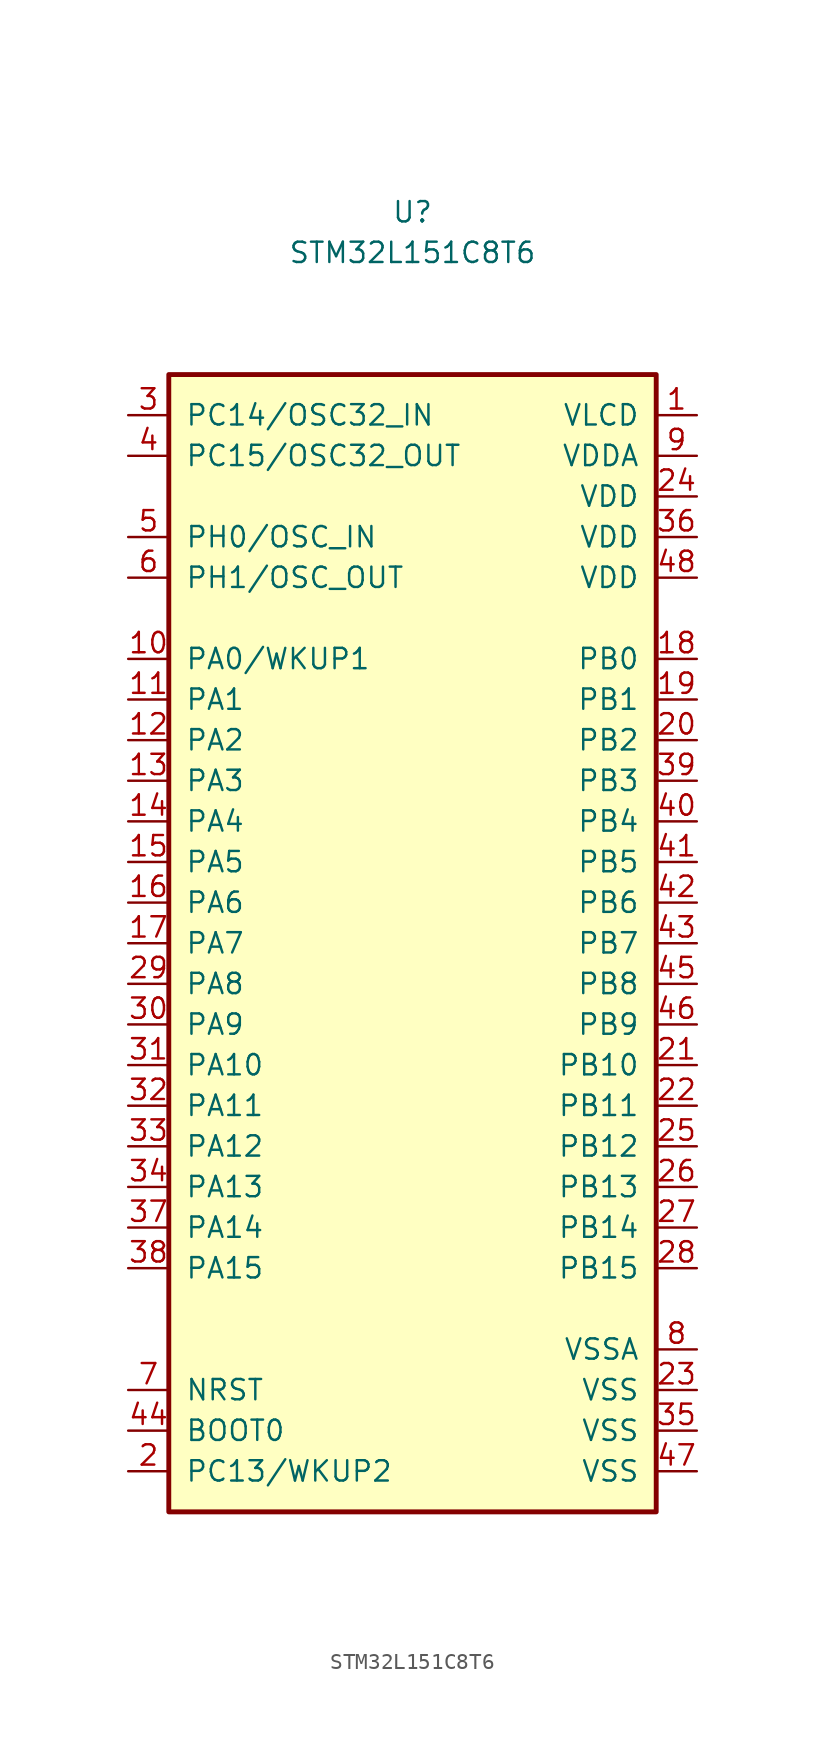
<source format=kicad_sym>
(kicad_symbol_lib
  (version 20211014)
  (generator kicad_symbol_editor)
  (symbol "STM32L151C8T6"
    (pin_names
      (offset 1.016))
    (property "Reference" "U"
      (at 0 45.72 0)
      (effects (font (size 1.27 1.27))))
    (property "Value" "STM32L151C8T6"
      (at 0 43.18 0)
      (effects (font (size 1.27 1.27))))
    (symbol "STM32L151C8T6_0_1"
      (rectangle (start -15.24 35.56) (end 15.24 -35.56) (stroke (width 0.305) (type default) (color 0 0 0 0)) (fill (type background))))
    (symbol "STM32L151C8T6_1_1"
      (pin power_in line (at 17.78 33.02 180) (length 2.54) (name "VLCD" (effects (font (size 1.27 1.27)))) (number "1" (effects (font (size 1.27 1.27)))))
      (pin bidirectional line (at -17.78 17.78 0) (length 2.54) (name "PA0/WKUP1" (effects (font (size 1.27 1.27)))) (number "10" (effects (font (size 1.27 1.27)))))
      (pin bidirectional line (at -17.78 15.24 0) (length 2.54) (name "PA1" (effects (font (size 1.27 1.27)))) (number "11" (effects (font (size 1.27 1.27)))))
      (pin bidirectional line (at -17.78 12.7 0) (length 2.54) (name "PA2" (effects (font (size 1.27 1.27)))) (number "12" (effects (font (size 1.27 1.27)))))
      (pin bidirectional line (at -17.78 10.16 0) (length 2.54) (name "PA3" (effects (font (size 1.27 1.27)))) (number "13" (effects (font (size 1.27 1.27)))))
      (pin bidirectional line (at -17.78 7.62 0) (length 2.54) (name "PA4" (effects (font (size 1.27 1.27)))) (number "14" (effects (font (size 1.27 1.27)))))
      (pin bidirectional line (at -17.78 5.08 0) (length 2.54) (name "PA5" (effects (font (size 1.27 1.27)))) (number "15" (effects (font (size 1.27 1.27)))))
      (pin bidirectional line (at -17.78 2.54 0) (length 2.54) (name "PA6" (effects (font (size 1.27 1.27)))) (number "16" (effects (font (size 1.27 1.27)))))
      (pin bidirectional line (at -17.78 0 0) (length 2.54) (name "PA7" (effects (font (size 1.27 1.27)))) (number "17" (effects (font (size 1.27 1.27)))))
      (pin bidirectional line (at 17.78 17.78 180) (length 2.54) (name "PB0" (effects (font (size 1.27 1.27)))) (number "18" (effects (font (size 1.27 1.27)))))
      (pin bidirectional line (at 17.78 15.24 180) (length 2.54) (name "PB1" (effects (font (size 1.27 1.27)))) (number "19" (effects (font (size 1.27 1.27)))))
      (pin bidirectional line (at -17.78 -33.02 0) (length 2.54) (name "PC13/WKUP2" (effects (font (size 1.27 1.27)))) (number "2" (effects (font (size 1.27 1.27)))))
      (pin bidirectional line (at 17.78 12.7 180) (length 2.54) (name "PB2" (effects (font (size 1.27 1.27)))) (number "20" (effects (font (size 1.27 1.27)))))
      (pin bidirectional line (at 17.78 -7.62 180) (length 2.54) (name "PB10" (effects (font (size 1.27 1.27)))) (number "21" (effects (font (size 1.27 1.27)))))
      (pin bidirectional line (at 17.78 -10.16 180) (length 2.54) (name "PB11" (effects (font (size 1.27 1.27)))) (number "22" (effects (font (size 1.27 1.27)))))
      (pin power_in line (at 17.78 -27.94 180) (length 2.54) (name "VSS" (effects (font (size 1.27 1.27)))) (number "23" (effects (font (size 1.27 1.27)))))
      (pin power_in line (at 17.78 27.94 180) (length 2.54) (name "VDD" (effects (font (size 1.27 1.27)))) (number "24" (effects (font (size 1.27 1.27)))))
      (pin bidirectional line (at 17.78 -12.7 180) (length 2.54) (name "PB12" (effects (font (size 1.27 1.27)))) (number "25" (effects (font (size 1.27 1.27)))))
      (pin bidirectional line (at 17.78 -15.24 180) (length 2.54) (name "PB13" (effects (font (size 1.27 1.27)))) (number "26" (effects (font (size 1.27 1.27)))))
      (pin bidirectional line (at 17.78 -17.78 180) (length 2.54) (name "PB14" (effects (font (size 1.27 1.27)))) (number "27" (effects (font (size 1.27 1.27)))))
      (pin bidirectional line (at 17.78 -20.32 180) (length 2.54) (name "PB15" (effects (font (size 1.27 1.27)))) (number "28" (effects (font (size 1.27 1.27)))))
      (pin bidirectional line (at -17.78 -2.54 0) (length 2.54) (name "PA8" (effects (font (size 1.27 1.27)))) (number "29" (effects (font (size 1.27 1.27)))))
      (pin bidirectional line (at -17.78 33.02 0) (length 2.54) (name "PC14/OSC32_IN" (effects (font (size 1.27 1.27)))) (number "3" (effects (font (size 1.27 1.27)))))
      (pin bidirectional line (at -17.78 -5.08 0) (length 2.54) (name "PA9" (effects (font (size 1.27 1.27)))) (number "30" (effects (font (size 1.27 1.27)))))
      (pin bidirectional line (at -17.78 -7.62 0) (length 2.54) (name "PA10" (effects (font (size 1.27 1.27)))) (number "31" (effects (font (size 1.27 1.27)))))
      (pin bidirectional line (at -17.78 -10.16 0) (length 2.54) (name "PA11" (effects (font (size 1.27 1.27)))) (number "32" (effects (font (size 1.27 1.27)))))
      (pin bidirectional line (at -17.78 -12.7 0) (length 2.54) (name "PA12" (effects (font (size 1.27 1.27)))) (number "33" (effects (font (size 1.27 1.27)))))
      (pin bidirectional line (at -17.78 -15.24 0) (length 2.54) (name "PA13" (effects (font (size 1.27 1.27)))) (number "34" (effects (font (size 1.27 1.27)))))
      (pin power_in line (at 17.78 -30.48 180) (length 2.54) (name "VSS" (effects (font (size 1.27 1.27)))) (number "35" (effects (font (size 1.27 1.27)))))
      (pin power_in line (at 17.78 25.4 180) (length 2.54) (name "VDD" (effects (font (size 1.27 1.27)))) (number "36" (effects (font (size 1.27 1.27)))))
      (pin bidirectional line (at -17.78 -17.78 0) (length 2.54) (name "PA14" (effects (font (size 1.27 1.27)))) (number "37" (effects (font (size 1.27 1.27)))))
      (pin bidirectional line (at -17.78 -20.32 0) (length 2.54) (name "PA15" (effects (font (size 1.27 1.27)))) (number "38" (effects (font (size 1.27 1.27)))))
      (pin bidirectional line (at 17.78 10.16 180) (length 2.54) (name "PB3" (effects (font (size 1.27 1.27)))) (number "39" (effects (font (size 1.27 1.27)))))
      (pin bidirectional line (at -17.78 30.48 0) (length 2.54) (name "PC15/OSC32_OUT" (effects (font (size 1.27 1.27)))) (number "4" (effects (font (size 1.27 1.27)))))
      (pin bidirectional line (at 17.78 7.62 180) (length 2.54) (name "PB4" (effects (font (size 1.27 1.27)))) (number "40" (effects (font (size 1.27 1.27)))))
      (pin bidirectional line (at 17.78 5.08 180) (length 2.54) (name "PB5" (effects (font (size 1.27 1.27)))) (number "41" (effects (font (size 1.27 1.27)))))
      (pin bidirectional line (at 17.78 2.54 180) (length 2.54) (name "PB6" (effects (font (size 1.27 1.27)))) (number "42" (effects (font (size 1.27 1.27)))))
      (pin bidirectional line (at 17.78 0 180) (length 2.54) (name "PB7" (effects (font (size 1.27 1.27)))) (number "43" (effects (font (size 1.27 1.27)))))
      (pin bidirectional line (at -17.78 -30.48 0) (length 2.54) (name "BOOT0" (effects (font (size 1.27 1.27)))) (number "44" (effects (font (size 1.27 1.27)))))
      (pin bidirectional line (at 17.78 -2.54 180) (length 2.54) (name "PB8" (effects (font (size 1.27 1.27)))) (number "45" (effects (font (size 1.27 1.27)))))
      (pin bidirectional line (at 17.78 -5.08 180) (length 2.54) (name "PB9" (effects (font (size 1.27 1.27)))) (number "46" (effects (font (size 1.27 1.27)))))
      (pin power_in line (at 17.78 -33.02 180) (length 2.54) (name "VSS" (effects (font (size 1.27 1.27)))) (number "47" (effects (font (size 1.27 1.27)))))
      (pin power_in line (at 17.78 22.86 180) (length 2.54) (name "VDD" (effects (font (size 1.27 1.27)))) (number "48" (effects (font (size 1.27 1.27)))))
      (pin bidirectional line (at -17.78 25.4 0) (length 2.54) (name "PH0/OSC_IN" (effects (font (size 1.27 1.27)))) (number "5" (effects (font (size 1.27 1.27)))))
      (pin bidirectional line (at -17.78 22.86 0) (length 2.54) (name "PH1/OSC_OUT" (effects (font (size 1.27 1.27)))) (number "6" (effects (font (size 1.27 1.27)))))
      (pin input line (at -17.78 -27.94 0) (length 2.54) (name "NRST" (effects (font (size 1.27 1.27)))) (number "7" (effects (font (size 1.27 1.27)))))
      (pin power_in line (at 17.78 -25.4 180) (length 2.54) (name "VSSA" (effects (font (size 1.27 1.27)))) (number "8" (effects (font (size 1.27 1.27)))))
      (pin power_in line (at 17.78 30.48 180) (length 2.54) (name "VDDA" (effects (font (size 1.27 1.27)))) (number "9" (effects (font (size 1.27 1.27))))))))
</source>
